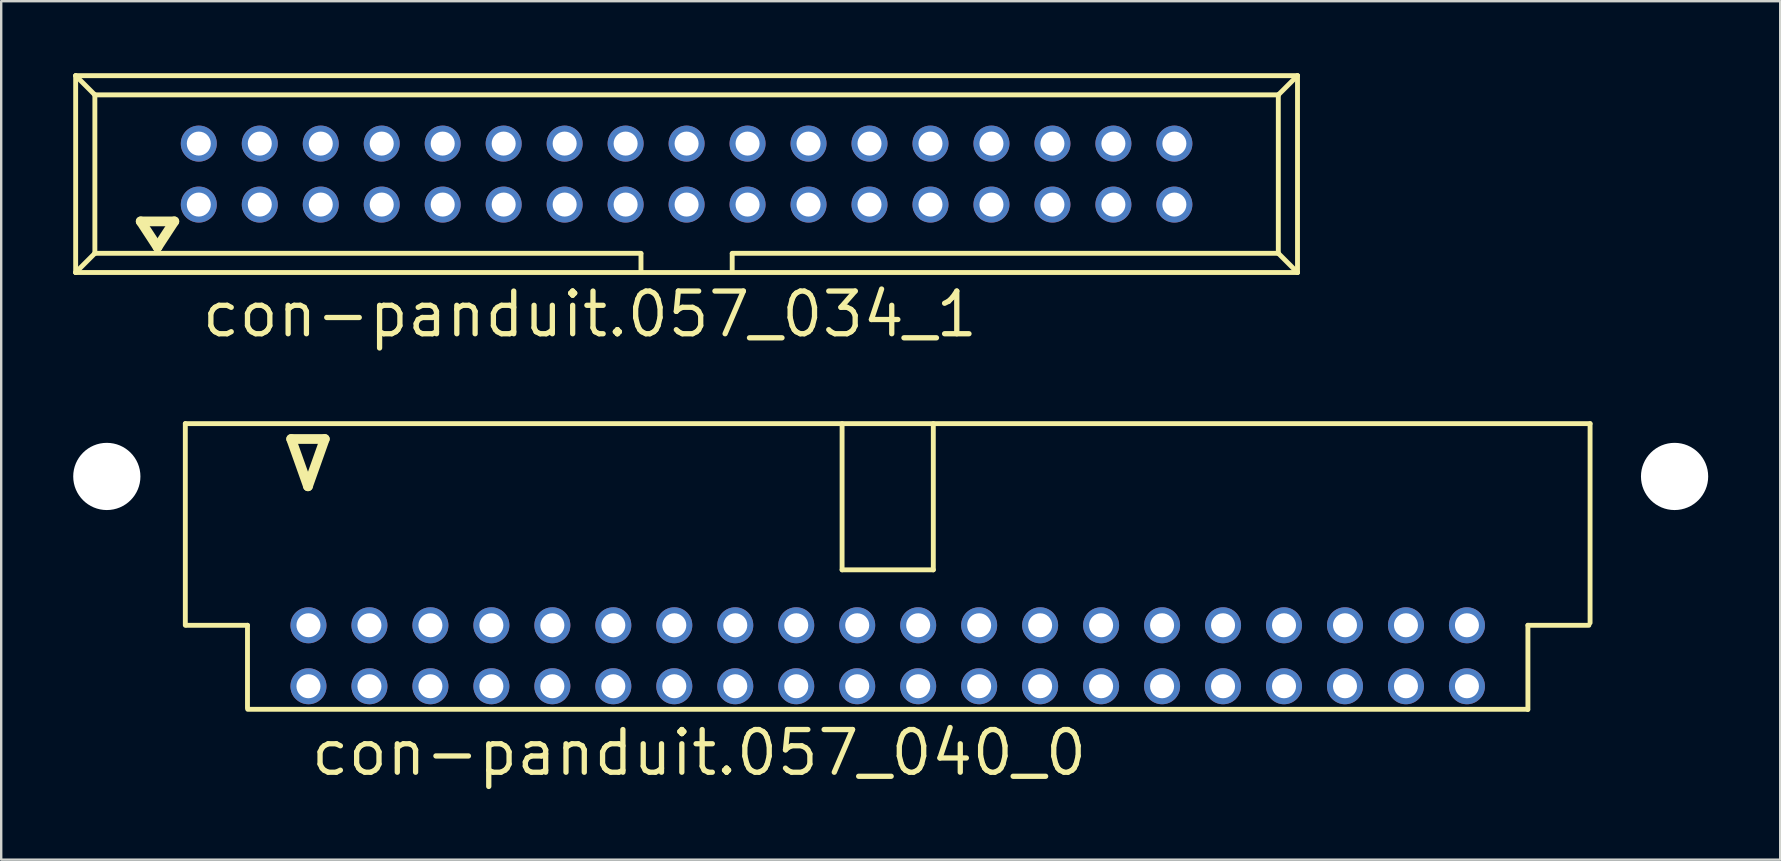
<source format=kicad_pcb>
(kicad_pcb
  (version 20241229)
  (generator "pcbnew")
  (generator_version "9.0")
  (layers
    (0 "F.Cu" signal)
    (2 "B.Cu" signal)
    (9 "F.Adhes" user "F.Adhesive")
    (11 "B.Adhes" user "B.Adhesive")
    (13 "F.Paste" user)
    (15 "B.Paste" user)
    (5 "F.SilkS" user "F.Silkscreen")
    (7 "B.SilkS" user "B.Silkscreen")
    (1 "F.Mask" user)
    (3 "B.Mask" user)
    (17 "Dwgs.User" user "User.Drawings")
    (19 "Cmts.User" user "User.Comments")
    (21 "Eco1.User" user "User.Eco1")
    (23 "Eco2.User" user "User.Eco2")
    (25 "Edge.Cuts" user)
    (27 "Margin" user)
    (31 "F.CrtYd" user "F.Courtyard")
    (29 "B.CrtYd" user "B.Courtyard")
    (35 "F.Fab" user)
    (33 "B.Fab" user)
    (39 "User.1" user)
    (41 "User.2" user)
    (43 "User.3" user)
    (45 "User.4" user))
  (footprint "con-panduit.057_034_1"
    (layer "F.Cu")
    (at 25.552 4.202)
    (property "Reference" "con-panduit.057_034_1" (at -20.3 6.88 0) (layer "F.SilkS") (effects (font (size 1.778 1.778) (thickness 0.22)) (justify left bottom)))
    (attr through_hole)
    (fp_line (start -25.45 -4.1) (end -24.65 -3.3) (stroke (width 0.203) (type default)) (layer "F.SilkS"))
    (fp_line (start -25.45 4.1) (end -25.45 -4.1) (stroke (width 0.203) (type default)) (layer "F.SilkS"))
    (fp_line (start -25.45 4.1) (end -24.65 3.3) (stroke (width 0.203) (type default)) (layer "F.SilkS"))
    (fp_line (start -25.45 4.1) (end 25.45 4.1) (stroke (width 0.203) (type default)) (layer "F.SilkS"))
    (fp_line (start -24.65 -3.3) (end 24.65 -3.3) (stroke (width 0.203) (type default)) (layer "F.SilkS"))
    (fp_line (start -24.65 3.3) (end -24.65 -3.3) (stroke (width 0.203) (type default)) (layer "F.SilkS"))
    (fp_line (start -22.74 1.97) (end -22.04 3.04) (stroke (width 0.406) (type default)) (layer "F.SilkS"))
    (fp_line (start -22.04 3.04) (end -21.34 1.97) (stroke (width 0.406) (type default)) (layer "F.SilkS"))
    (fp_line (start -21.34 1.97) (end -22.74 1.97) (stroke (width 0.406) (type default)) (layer "F.SilkS"))
    (fp_line (start -1.9 3.3) (end -24.65 3.3) (stroke (width 0.203) (type default)) (layer "F.SilkS"))
    (fp_line (start -1.9 3.32) (end -1.9 4.03) (stroke (width 0.203) (type default)) (layer "F.SilkS"))
    (fp_line (start 1.9 3.32) (end 1.9 4.03) (stroke (width 0.203) (type default)) (layer "F.SilkS"))
    (fp_line (start 24.65 -3.3) (end 24.65 3.3) (stroke (width 0.203) (type default)) (layer "F.SilkS"))
    (fp_line (start 24.65 3.3) (end 1.9 3.3) (stroke (width 0.203) (type default)) (layer "F.SilkS"))
    (fp_line (start 24.65 3.3) (end 25.45 4.1) (stroke (width 0.203) (type default)) (layer "F.SilkS"))
    (fp_line (start 25.45 -4.1) (end -25.45 -4.1) (stroke (width 0.203) (type default)) (layer "F.SilkS"))
    (fp_line (start 25.45 -4.1) (end 24.65 -3.3) (stroke (width 0.203) (type default)) (layer "F.SilkS"))
    (fp_line (start 25.45 4.1) (end 25.45 -4.1) (stroke (width 0.203) (type default)) (layer "F.SilkS"))
    (pad "1" thru_hole circle (at -20.32 1.27) (size 1.5 1.5) (drill 1) (layers "*.Cu" "*.Mask"))
    (pad "2" thru_hole circle (at -20.32 -1.27) (size 1.5 1.5) (drill 1) (layers "*.Cu" "*.Mask"))
    (pad "3" thru_hole circle (at -17.78 1.27) (size 1.5 1.5) (drill 1) (layers "*.Cu" "*.Mask"))
    (pad "4" thru_hole circle (at -17.78 -1.27) (size 1.5 1.5) (drill 1) (layers "*.Cu" "*.Mask"))
    (pad "5" thru_hole circle (at -15.24 1.27) (size 1.5 1.5) (drill 1) (layers "*.Cu" "*.Mask"))
    (pad "6" thru_hole circle (at -15.24 -1.27) (size 1.5 1.5) (drill 1) (layers "*.Cu" "*.Mask"))
    (pad "7" thru_hole circle (at -12.7 1.27) (size 1.5 1.5) (drill 1) (layers "*.Cu" "*.Mask"))
    (pad "8" thru_hole circle (at -12.7 -1.27) (size 1.5 1.5) (drill 1) (layers "*.Cu" "*.Mask"))
    (pad "9" thru_hole circle (at -10.16 1.27) (size 1.5 1.5) (drill 1) (layers "*.Cu" "*.Mask"))
    (pad "10" thru_hole circle (at -10.16 -1.27) (size 1.5 1.5) (drill 1) (layers "*.Cu" "*.Mask"))
    (pad "11" thru_hole circle (at -7.62 1.27) (size 1.5 1.5) (drill 1) (layers "*.Cu" "*.Mask"))
    (pad "12" thru_hole circle (at -7.62 -1.27) (size 1.5 1.5) (drill 1) (layers "*.Cu" "*.Mask"))
    (pad "13" thru_hole circle (at -5.08 1.27) (size 1.5 1.5) (drill 1) (layers "*.Cu" "*.Mask"))
    (pad "14" thru_hole circle (at -5.08 -1.27) (size 1.5 1.5) (drill 1) (layers "*.Cu" "*.Mask"))
    (pad "15" thru_hole circle (at -2.54 1.27) (size 1.5 1.5) (drill 1) (layers "*.Cu" "*.Mask"))
    (pad "16" thru_hole circle (at -2.54 -1.27) (size 1.5 1.5) (drill 1) (layers "*.Cu" "*.Mask"))
    (pad "17" thru_hole circle (at 0 1.27) (size 1.5 1.5) (drill 1) (layers "*.Cu" "*.Mask"))
    (pad "18" thru_hole circle (at 0 -1.27) (size 1.5 1.5) (drill 1) (layers "*.Cu" "*.Mask"))
    (pad "19" thru_hole circle (at 2.54 1.27) (size 1.5 1.5) (drill 1) (layers "*.Cu" "*.Mask"))
    (pad "20" thru_hole circle (at 2.54 -1.27) (size 1.5 1.5) (drill 1) (layers "*.Cu" "*.Mask"))
    (pad "21" thru_hole circle (at 5.08 1.27) (size 1.5 1.5) (drill 1) (layers "*.Cu" "*.Mask"))
    (pad "22" thru_hole circle (at 5.08 -1.27) (size 1.5 1.5) (drill 1) (layers "*.Cu" "*.Mask"))
    (pad "23" thru_hole circle (at 7.62 1.27) (size 1.5 1.5) (drill 1) (layers "*.Cu" "*.Mask"))
    (pad "24" thru_hole circle (at 7.62 -1.27) (size 1.5 1.5) (drill 1) (layers "*.Cu" "*.Mask"))
    (pad "25" thru_hole circle (at 10.16 1.27) (size 1.5 1.5) (drill 1) (layers "*.Cu" "*.Mask"))
    (pad "26" thru_hole circle (at 10.16 -1.27) (size 1.5 1.5) (drill 1) (layers "*.Cu" "*.Mask"))
    (pad "27" thru_hole circle (at 12.7 1.27) (size 1.5 1.5) (drill 1) (layers "*.Cu" "*.Mask"))
    (pad "28" thru_hole circle (at 12.7 -1.27) (size 1.5 1.5) (drill 1) (layers "*.Cu" "*.Mask"))
    (pad "29" thru_hole circle (at 15.24 1.27) (size 1.5 1.5) (drill 1) (layers "*.Cu" "*.Mask"))
    (pad "30" thru_hole circle (at 15.24 -1.27) (size 1.5 1.5) (drill 1) (layers "*.Cu" "*.Mask"))
    (pad "31" thru_hole circle (at 17.78 1.27) (size 1.5 1.5) (drill 1) (layers "*.Cu" "*.Mask"))
    (pad "32" thru_hole circle (at 17.78 -1.27) (size 1.5 1.5) (drill 1) (layers "*.Cu" "*.Mask"))
    (pad "33" thru_hole circle (at 20.32 1.27) (size 1.5 1.5) (drill 1) (layers "*.Cu" "*.Mask"))
    (pad "34" thru_hole circle (at 20.32 -1.27) (size 1.5 1.5) (drill 1) (layers "*.Cu" "*.Mask")))
  (footprint "con-panduit.057_040_0"
    (layer "F.Cu")
    (at 33.93 20.458)
    (property "Reference" "con-panduit.057_040_0" (at -24.13 8.89 0) (layer "F.SilkS") (effects (font (size 1.778 1.778) (thickness 0.22)) (justify left bottom)))
    (attr through_hole)
    (fp_line (start -29.26 -5.86) (end 29.26 -5.86) (stroke (width 0.203) (type default)) (layer "F.SilkS"))
    (fp_line (start -29.26 2.54) (end -29.26 -5.86) (stroke (width 0.203) (type default)) (layer "F.SilkS"))
    (fp_line (start -29.21 2.54) (end -26.67 2.54) (stroke (width 0.203) (type default)) (layer "F.SilkS"))
    (fp_line (start -26.67 2.54) (end -26.67 5.98) (stroke (width 0.203) (type default)) (layer "F.SilkS"))
    (fp_line (start -24.85 -5.22) (end -24.15 -3.25) (stroke (width 0.406) (type default)) (layer "F.SilkS"))
    (fp_line (start -24.15 -3.25) (end -23.45 -5.22) (stroke (width 0.406) (type default)) (layer "F.SilkS"))
    (fp_line (start -23.45 -5.22) (end -24.85 -5.22) (stroke (width 0.406) (type default)) (layer "F.SilkS"))
    (fp_line (start -1.9 0.23) (end -1.9 -5.86) (stroke (width 0.203) (type default)) (layer "F.SilkS"))
    (fp_line (start -1.9 0.23) (end 1.9 0.23) (stroke (width 0.203) (type default)) (layer "F.SilkS"))
    (fp_line (start 1.9 0.23) (end 1.9 -5.86) (stroke (width 0.203) (type default)) (layer "F.SilkS"))
    (fp_line (start 26.66 6.04) (end -26.66 6.04) (stroke (width 0.203) (type default)) (layer "F.SilkS"))
    (fp_line (start 26.67 2.54) (end 26.67 6.05) (stroke (width 0.203) (type default)) (layer "F.SilkS"))
    (fp_line (start 29.21 2.54) (end 26.67 2.54) (stroke (width 0.203) (type default)) (layer "F.SilkS"))
    (fp_line (start 29.26 -5.86) (end 29.26 2.44) (stroke (width 0.203) (type default)) (layer "F.SilkS"))
    (pad "" np_thru_hole circle (at -32.53 -3.66) (size 2.8 2.8) (drill 2.8) (layers "*.Cu" "*.Mask"))
    (pad "" np_thru_hole circle (at 32.78 -3.66) (size 2.8 2.8) (drill 2.8) (layers "*.Cu" "*.Mask"))
    (pad "1" thru_hole circle (at -24.13 5.08) (size 1.5 1.5) (drill 1) (layers "*.Cu" "*.Mask"))
    (pad "2" thru_hole circle (at -24.13 2.54) (size 1.5 1.5) (drill 1) (layers "*.Cu" "*.Mask"))
    (pad "3" thru_hole circle (at -21.59 5.08) (size 1.5 1.5) (drill 1) (layers "*.Cu" "*.Mask"))
    (pad "4" thru_hole circle (at -21.59 2.54) (size 1.5 1.5) (drill 1) (layers "*.Cu" "*.Mask"))
    (pad "5" thru_hole circle (at -19.05 5.08) (size 1.5 1.5) (drill 1) (layers "*.Cu" "*.Mask"))
    (pad "6" thru_hole circle (at -19.05 2.54) (size 1.5 1.5) (drill 1) (layers "*.Cu" "*.Mask"))
    (pad "7" thru_hole circle (at -16.51 5.08) (size 1.5 1.5) (drill 1) (layers "*.Cu" "*.Mask"))
    (pad "8" thru_hole circle (at -16.51 2.54) (size 1.5 1.5) (drill 1) (layers "*.Cu" "*.Mask"))
    (pad "9" thru_hole circle (at -13.97 5.08) (size 1.5 1.5) (drill 1) (layers "*.Cu" "*.Mask"))
    (pad "10" thru_hole circle (at -13.97 2.54) (size 1.5 1.5) (drill 1) (layers "*.Cu" "*.Mask"))
    (pad "11" thru_hole circle (at -11.43 5.08) (size 1.5 1.5) (drill 1) (layers "*.Cu" "*.Mask"))
    (pad "12" thru_hole circle (at -11.43 2.54) (size 1.5 1.5) (drill 1) (layers "*.Cu" "*.Mask"))
    (pad "13" thru_hole circle (at -8.89 5.08) (size 1.5 1.5) (drill 1) (layers "*.Cu" "*.Mask"))
    (pad "14" thru_hole circle (at -8.89 2.54) (size 1.5 1.5) (drill 1) (layers "*.Cu" "*.Mask"))
    (pad "15" thru_hole circle (at -6.35 5.08) (size 1.5 1.5) (drill 1) (layers "*.Cu" "*.Mask"))
    (pad "16" thru_hole circle (at -6.35 2.54) (size 1.5 1.5) (drill 1) (layers "*.Cu" "*.Mask"))
    (pad "17" thru_hole circle (at -3.81 5.08) (size 1.5 1.5) (drill 1) (layers "*.Cu" "*.Mask"))
    (pad "18" thru_hole circle (at -3.81 2.54) (size 1.5 1.5) (drill 1) (layers "*.Cu" "*.Mask"))
    (pad "19" thru_hole circle (at -1.27 5.08) (size 1.5 1.5) (drill 1) (layers "*.Cu" "*.Mask"))
    (pad "20" thru_hole circle (at -1.27 2.54) (size 1.5 1.5) (drill 1) (layers "*.Cu" "*.Mask"))
    (pad "21" thru_hole circle (at 1.27 5.08) (size 1.5 1.5) (drill 1) (layers "*.Cu" "*.Mask"))
    (pad "22" thru_hole circle (at 1.27 2.54) (size 1.5 1.5) (drill 1) (layers "*.Cu" "*.Mask"))
    (pad "23" thru_hole circle (at 3.81 5.08) (size 1.5 1.5) (drill 1) (layers "*.Cu" "*.Mask"))
    (pad "24" thru_hole circle (at 3.81 2.54) (size 1.5 1.5) (drill 1) (layers "*.Cu" "*.Mask"))
    (pad "25" thru_hole circle (at 6.35 5.08) (size 1.5 1.5) (drill 1) (layers "*.Cu" "*.Mask"))
    (pad "26" thru_hole circle (at 6.35 2.54) (size 1.5 1.5) (drill 1) (layers "*.Cu" "*.Mask"))
    (pad "27" thru_hole circle (at 8.89 5.08) (size 1.5 1.5) (drill 1) (layers "*.Cu" "*.Mask"))
    (pad "28" thru_hole circle (at 8.89 2.54) (size 1.5 1.5) (drill 1) (layers "*.Cu" "*.Mask"))
    (pad "29" thru_hole circle (at 11.43 5.08) (size 1.5 1.5) (drill 1) (layers "*.Cu" "*.Mask"))
    (pad "30" thru_hole circle (at 11.43 2.54) (size 1.5 1.5) (drill 1) (layers "*.Cu" "*.Mask"))
    (pad "31" thru_hole circle (at 13.97 5.08) (size 1.5 1.5) (drill 1) (layers "*.Cu" "*.Mask"))
    (pad "32" thru_hole circle (at 13.97 2.54) (size 1.5 1.5) (drill 1) (layers "*.Cu" "*.Mask"))
    (pad "33" thru_hole circle (at 16.51 5.08) (size 1.5 1.5) (drill 1) (layers "*.Cu" "*.Mask"))
    (pad "34" thru_hole circle (at 16.51 2.54) (size 1.5 1.5) (drill 1) (layers "*.Cu" "*.Mask"))
    (pad "35" thru_hole circle (at 19.05 5.08) (size 1.5 1.5) (drill 1) (layers "*.Cu" "*.Mask"))
    (pad "36" thru_hole circle (at 19.05 2.54) (size 1.5 1.5) (drill 1) (layers "*.Cu" "*.Mask"))
    (pad "37" thru_hole circle (at 21.59 5.08) (size 1.5 1.5) (drill 1) (layers "*.Cu" "*.Mask"))
    (pad "38" thru_hole circle (at 21.59 2.54) (size 1.5 1.5) (drill 1) (layers "*.Cu" "*.Mask"))
    (pad "39" thru_hole circle (at 24.13 5.08) (size 1.5 1.5) (drill 1) (layers "*.Cu" "*.Mask"))
    (pad "40" thru_hole circle (at 24.13 2.54) (size 1.5 1.5) (drill 1) (layers "*.Cu" "*.Mask")))
  (gr_rect
    (start -3 -3)
    (end 71.11 32.762)
    (stroke (width 0.1) (type default))
    (fill no)
    (layer "Edge.Cuts")))
</source>
